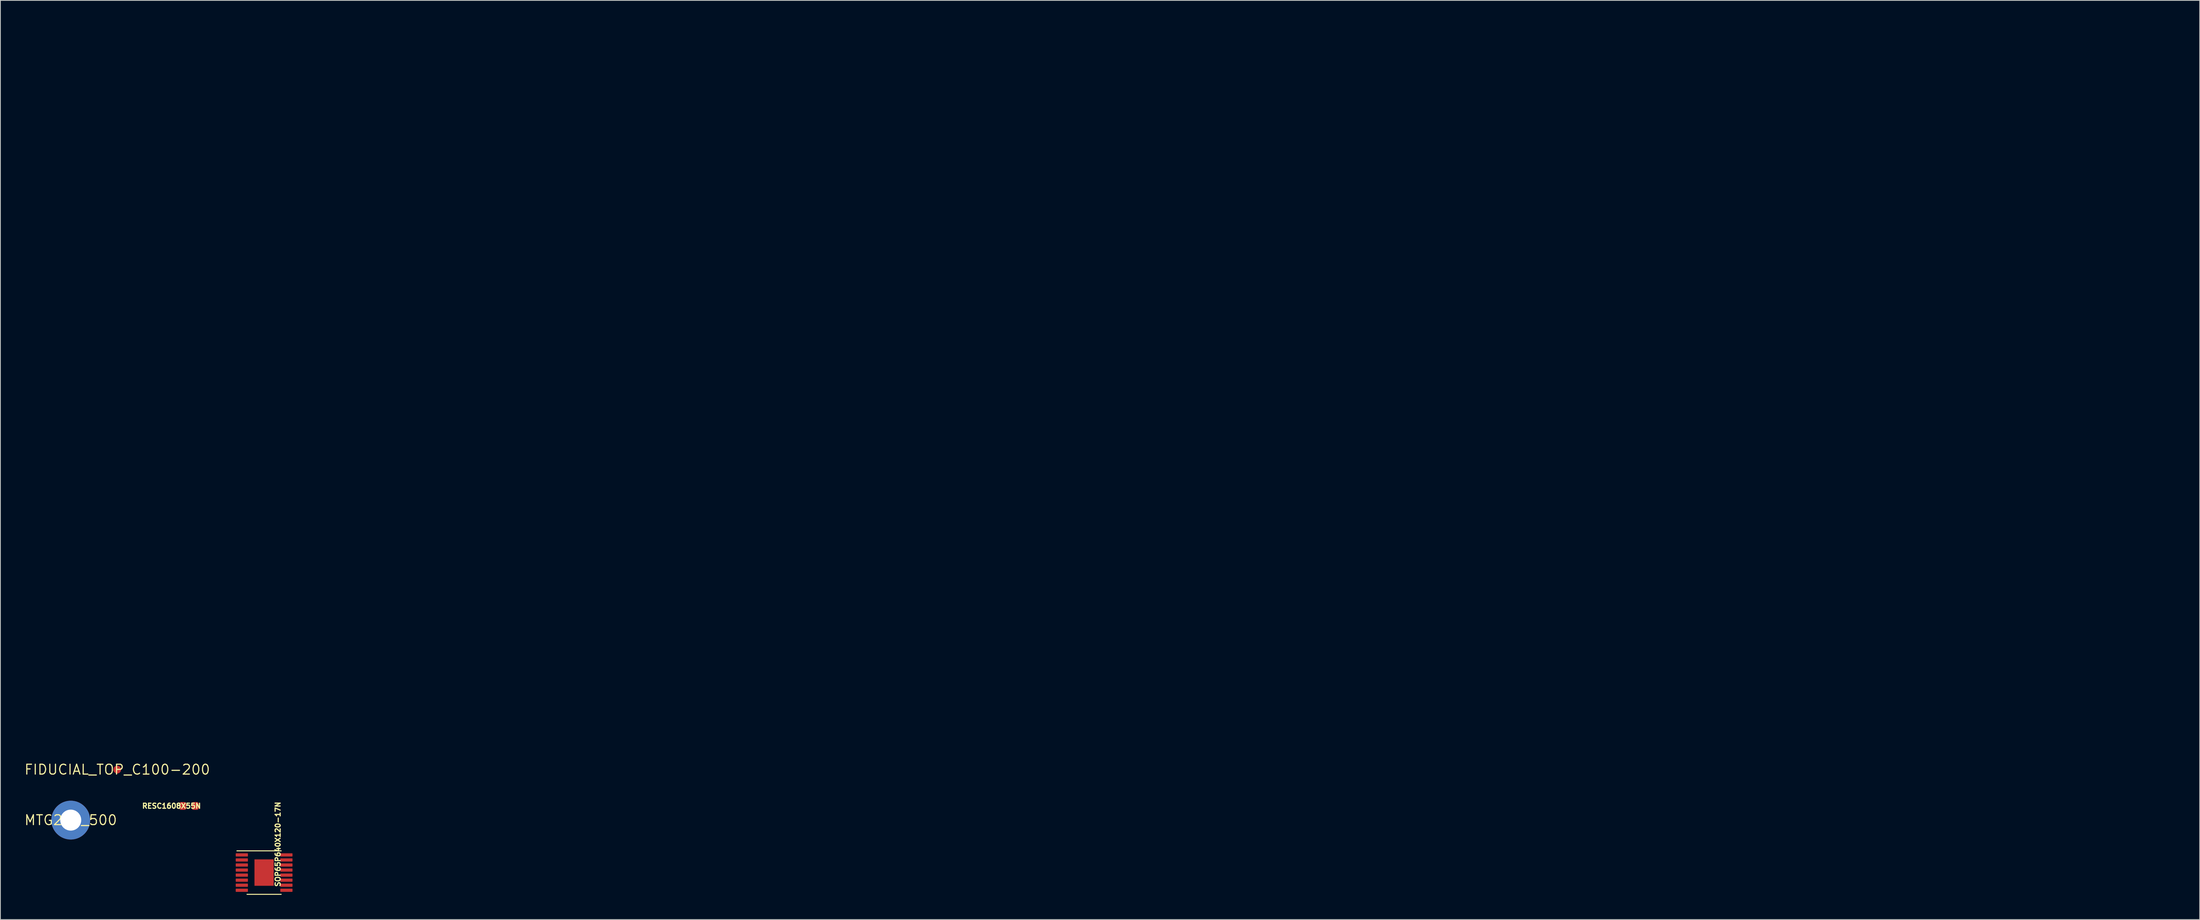
<source format=kicad_pcb>
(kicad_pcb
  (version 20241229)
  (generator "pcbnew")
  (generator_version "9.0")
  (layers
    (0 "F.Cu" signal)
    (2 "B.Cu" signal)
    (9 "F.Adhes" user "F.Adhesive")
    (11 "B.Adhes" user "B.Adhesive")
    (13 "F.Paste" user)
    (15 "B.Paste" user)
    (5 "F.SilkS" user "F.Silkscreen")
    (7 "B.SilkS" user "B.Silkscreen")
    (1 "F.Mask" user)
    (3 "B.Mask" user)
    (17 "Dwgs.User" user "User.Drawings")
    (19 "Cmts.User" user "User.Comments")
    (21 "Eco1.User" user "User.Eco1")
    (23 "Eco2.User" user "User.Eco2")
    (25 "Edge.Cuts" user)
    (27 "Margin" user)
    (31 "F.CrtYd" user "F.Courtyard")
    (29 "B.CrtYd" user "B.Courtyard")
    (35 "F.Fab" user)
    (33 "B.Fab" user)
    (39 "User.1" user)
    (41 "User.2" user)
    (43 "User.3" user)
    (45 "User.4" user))
  (footprint "RESC1608X55N"
    (layer "F.Cu")
    (at 21.275 100.728)
    (property "Reference" "RESC1608X55N" (at -2.245 0.004 0) (layer "F.SilkS") (effects (font (size 0.65 0.65) (thickness 0.15))))
    (fp_line (start -1.325 -0.575) (end -1.325 0.575) (stroke (width 0.1) (type solid)) (layer "User.5"))
    (fp_line (start 1.325 -0.575) (end -1.325 -0.575) (stroke (width 0.1) (type solid)) (layer "User.5"))
    (fp_line (start 1.325 -0.575) (end 1.325 0.575) (stroke (width 0.1) (type solid)) (layer "User.5"))
    (fp_line (start 1.325 0.575) (end -1.325 0.575) (stroke (width 0.1) (type solid)) (layer "User.5"))
    (fp_line (start -0.8 -0.4) (end -0.8 0.4) (stroke (width 0.1) (type solid)) (layer "User.12"))
    (fp_line (start 0.8 -0.4) (end -0.8 -0.4) (stroke (width 0.1) (type solid)) (layer "User.12"))
    (fp_line (start 0.8 -0.4) (end 0.8 0.4) (stroke (width 0.1) (type solid)) (layer "User.12"))
    (fp_line (start 0.8 0.4) (end -0.8 0.4) (stroke (width 0.1) (type solid)) (layer "User.12"))
    (fp_line (start -1.4 -0.65) (end -1.4 0.65) (stroke (width 0.05) (type solid)) (layer "User.13"))
    (fp_line (start 0 -0.3) (end 0 0.3) (stroke (width 0.05) (type solid)) (layer "User.13"))
    (fp_line (start 0.3 0) (end -0.3 0) (stroke (width 0.05) (type solid)) (layer "User.13"))
    (fp_line (start 1.4 -0.65) (end -1.4 -0.65) (stroke (width 0.05) (type solid)) (layer "User.13"))
    (fp_line (start 1.4 -0.65) (end 1.4 0.65) (stroke (width 0.05) (type solid)) (layer "User.13"))
    (fp_line (start 1.4 0.65) (end -1.4 0.65) (stroke (width 0.05) (type solid)) (layer "User.13"))
    (fp_text_box "${REFERENCE}" (start -2.35 -0.6) (end 2.691 0.6) (margins 0 0 0 0) (layer "User.5") (effects (font (size 0.65 0.65) (thickness 0.15)) (justify left top)) (border no) (stroke (width 0.1) (type default)))
    (pad "1" smd roundrect (at -0.8 0) (size 0.9 1) (layers "F.Cu" "F.Mask" "F.Paste") (roundrect_rratio 0.25))
    (pad "2" smd roundrect (at 0.8 0) (size 0.9 1) (layers "F.Cu" "F.Mask" "F.Paste") (roundrect_rratio 0.25)))
  (footprint "FIDUCIAL_TOP_C100-200"
    (layer "F.Cu")
    (at 12.042 96.046)
    (property "Reference" "FIDUCIAL_TOP_C100-200" (at 0 0 0) (layer "F.SilkS") (effects (font (size 1.27 1.27) (thickness 0.15))))
    (pad "FTG2" smd circle (at 0 0) (size 1 1) (layers "F.Cu" "F.Mask" "F.Paste"))
    (zone (net_name "") (layer "F.Cu") (hatch edge 0.5) (connect_pads) (min_thickness 0.25) (filled_areas_thickness no) (keepout (tracks allowed) (vias allowed) (pads allowed) (copperpour allowed) (footprints allowed)) (placement (enabled no)) (fill) (polygon (pts (xy 277.056 1.35) (xy 276.977 1.54) (xy 276.862 1.711) (xy 276.717 1.857) (xy 276.546 1.971) (xy 276.356 2.05) (xy 276.154 2.09) (xy 275.948 2.09) (xy 275.746 2.05) (xy 275.556 1.971) (xy 275.385 1.857) (xy 275.239 1.711) (xy 275.125 1.54) (xy 275.046 1.35) (xy 275.006 1.148) (xy 275.006 0.942) (xy 275.046 0.74) (xy 275.125 0.55) (xy 275.239 0.379) (xy 275.385 0.233) (xy 275.556 0.119) (xy 275.746 0.04) (xy 275.948 0) (xy 276.144 0) (xy 276.144 0.095) (xy 275.957 0.095) (xy 275.774 0.131) (xy 275.601 0.203) (xy 275.445 0.307) (xy 275.313 0.439) (xy 275.209 0.595) (xy 275.137 0.768) (xy 275.101 0.951) (xy 275.101 1.139) (xy 275.137 1.322) (xy 275.209 1.495) (xy 275.313 1.651) (xy 275.445 1.783) (xy 275.601 1.887) (xy 275.774 1.958) (xy 275.957 1.995) (xy 276.144 1.995) (xy 276.328 1.958) (xy 276.501 1.887) (xy 276.656 1.783) (xy 276.789 1.651) (xy 276.893 1.495) (xy 276.964 1.322) (xy 277.001 1.139) (xy 277.001 0.951) (xy 276.964 0.768) (xy 276.893 0.595) (xy 276.789 0.439) (xy 276.656 0.307) (xy 276.501 0.203) (xy 276.328 0.131) (xy 276.144 0.095) (xy 276.144 0) (xy 276.154 0) (xy 276.356 0.04) (xy 276.546 0.119) (xy 276.717 0.233) (xy 276.862 0.379) (xy 276.977 0.55) (xy 277.056 0.74) (xy 277.096 0.942) (xy 277.096 1.148)))))
  (footprint "SOP65P640X120-17N"
    (layer "F.Cu")
    (at 30.946 109.31)
    (property "Reference" "SOP65P640X120-17N" (at 1.773 -3.65 90) (unlocked yes) (layer "F.SilkS") (effects (font (size 0.65 0.65) (thickness 0.15))))
    (fp_line (start 2.2 -2.8) (end -3.5 -2.8) (stroke (width 0.127) (type solid)) (layer "F.SilkS"))
    (fp_line (start 2.2 2.8) (end -2.2 2.8) (stroke (width 0.127) (type solid)) (layer "F.SilkS"))
    (fp_poly (pts (xy 0.8 1.075) (xy -0.8 1.075) (xy -0.8 -1.075) (xy 0.8 -1.075)) (stroke (width 0) (type default)) (fill yes) (layer "F.Paste"))
    (fp_line (start -2.2 2.5) (end -2.2 -2.5) (stroke (width 0.127) (type solid)) (layer "User.5"))
    (fp_line (start 2.2 -2.5) (end -2.2 -2.5) (stroke (width 0.127) (type solid)) (layer "User.5"))
    (fp_line (start 2.2 2.5) (end -2.2 2.5) (stroke (width 0.127) (type solid)) (layer "User.5"))
    (fp_line (start 2.2 2.5) (end 2.2 -2.5) (stroke (width 0.127) (type solid)) (layer "User.5"))
    (fp_circle (center -1.7 -2) (end -1.95 -2) (stroke (width 0.1) (type solid)) (fill no) (layer "User.5"))
    (fp_line (start -2.2 2.5) (end -2.2 -2.5) (stroke (width 0.127) (type solid)) (layer "User.12"))
    (fp_line (start 2.2 -2.5) (end -2.2 -2.5) (stroke (width 0.127) (type solid)) (layer "User.12"))
    (fp_line (start 2.2 2.5) (end -2.2 2.5) (stroke (width 0.127) (type solid)) (layer "User.12"))
    (fp_line (start 2.2 2.5) (end 2.2 -2.5) (stroke (width 0.127) (type solid)) (layer "User.12"))
    (fp_line (start -3.905 2.8) (end -3.905 -2.8) (stroke (width 0.05) (type solid)) (layer "User.13"))
    (fp_line (start 3.905 -2.8) (end -3.905 -2.8) (stroke (width 0.05) (type solid)) (layer "User.13"))
    (fp_line (start 3.905 2.8) (end -3.905 2.8) (stroke (width 0.05) (type solid)) (layer "User.13"))
    (fp_line (start 3.905 2.8) (end 3.905 -2.8) (stroke (width 0.05) (type solid)) (layer "User.13"))
    (fp_text_box "${REFERENCE}" (start 0.9 -3) (end -0.9 3) (margins 0 0 0 0) (angle 270) (layer "User.5") (effects (font (size 0.762 0.762) (thickness 0.152)) (justify left top)) (border no) (stroke (width 0.1) (type default)))
    (pad "1" smd roundrect (at -2.87 -2.275) (size 1.57 0.41) (layers "F.Cu" "F.Mask" "F.Paste") (roundrect_rratio 0.125))
    (pad "2" smd roundrect (at -2.87 -1.625) (size 1.57 0.41) (layers "F.Cu" "F.Mask" "F.Paste") (roundrect_rratio 0.125))
    (pad "3" smd roundrect (at -2.87 -0.975) (size 1.57 0.41) (layers "F.Cu" "F.Mask" "F.Paste") (roundrect_rratio 0.125))
    (pad "4" smd roundrect (at -2.87 -0.325) (size 1.57 0.41) (layers "F.Cu" "F.Mask" "F.Paste") (roundrect_rratio 0.125))
    (pad "5" smd roundrect (at -2.87 0.325) (size 1.57 0.41) (layers "F.Cu" "F.Mask" "F.Paste") (roundrect_rratio 0.125))
    (pad "6" smd roundrect (at -2.87 0.975) (size 1.57 0.41) (layers "F.Cu" "F.Mask" "F.Paste") (roundrect_rratio 0.125))
    (pad "7" smd roundrect (at -2.87 1.625) (size 1.57 0.41) (layers "F.Cu" "F.Mask" "F.Paste") (roundrect_rratio 0.125))
    (pad "8" smd roundrect (at -2.87 2.275) (size 1.57 0.41) (layers "F.Cu" "F.Mask" "F.Paste") (roundrect_rratio 0.125))
    (pad "9" smd roundrect (at 2.87 2.275) (size 1.57 0.41) (layers "F.Cu" "F.Mask" "F.Paste") (roundrect_rratio 0.125))
    (pad "10" smd roundrect (at 2.87 1.625) (size 1.57 0.41) (layers "F.Cu" "F.Mask" "F.Paste") (roundrect_rratio 0.125))
    (pad "11" smd roundrect (at 2.87 0.975) (size 1.57 0.41) (layers "F.Cu" "F.Mask" "F.Paste") (roundrect_rratio 0.125))
    (pad "12" smd roundrect (at 2.87 0.325) (size 1.57 0.41) (layers "F.Cu" "F.Mask" "F.Paste") (roundrect_rratio 0.125))
    (pad "13" smd roundrect (at 2.87 -0.325) (size 1.57 0.41) (layers "F.Cu" "F.Mask" "F.Paste") (roundrect_rratio 0.125))
    (pad "14" smd roundrect (at 2.87 -0.975) (size 1.57 0.41) (layers "F.Cu" "F.Mask" "F.Paste") (roundrect_rratio 0.125))
    (pad "15" smd roundrect (at 2.87 -1.625) (size 1.57 0.41) (layers "F.Cu" "F.Mask" "F.Paste") (roundrect_rratio 0.125))
    (pad "16" smd roundrect (at 2.87 -2.275) (size 1.57 0.41) (layers "F.Cu" "F.Mask" "F.Paste") (roundrect_rratio 0.125))
    (pad "17" smd rect (at 0 0) (size 2.48 3.4) (layers "F.Cu" "F.Mask" "F.Paste")))
  (footprint "MTG270_500"
    (layer "F.Cu")
    (at 6.055 102.553)
    (property "Reference" "MTG270_500" (at 0 0 0) (layer "F.SilkS") (effects (font (size 1.27 1.27) (thickness 0.15))))
    (pad "1" thru_hole circle (at 0 0) (size 5 5) (drill 2.7) (layers "*.Cu" "*.Mask")))
  (gr_rect
    (start -3 -3)
    (end 280.096 115.36)
    (stroke (width 0.1) (type default))
    (fill no)
    (layer "Edge.Cuts")))
</source>
